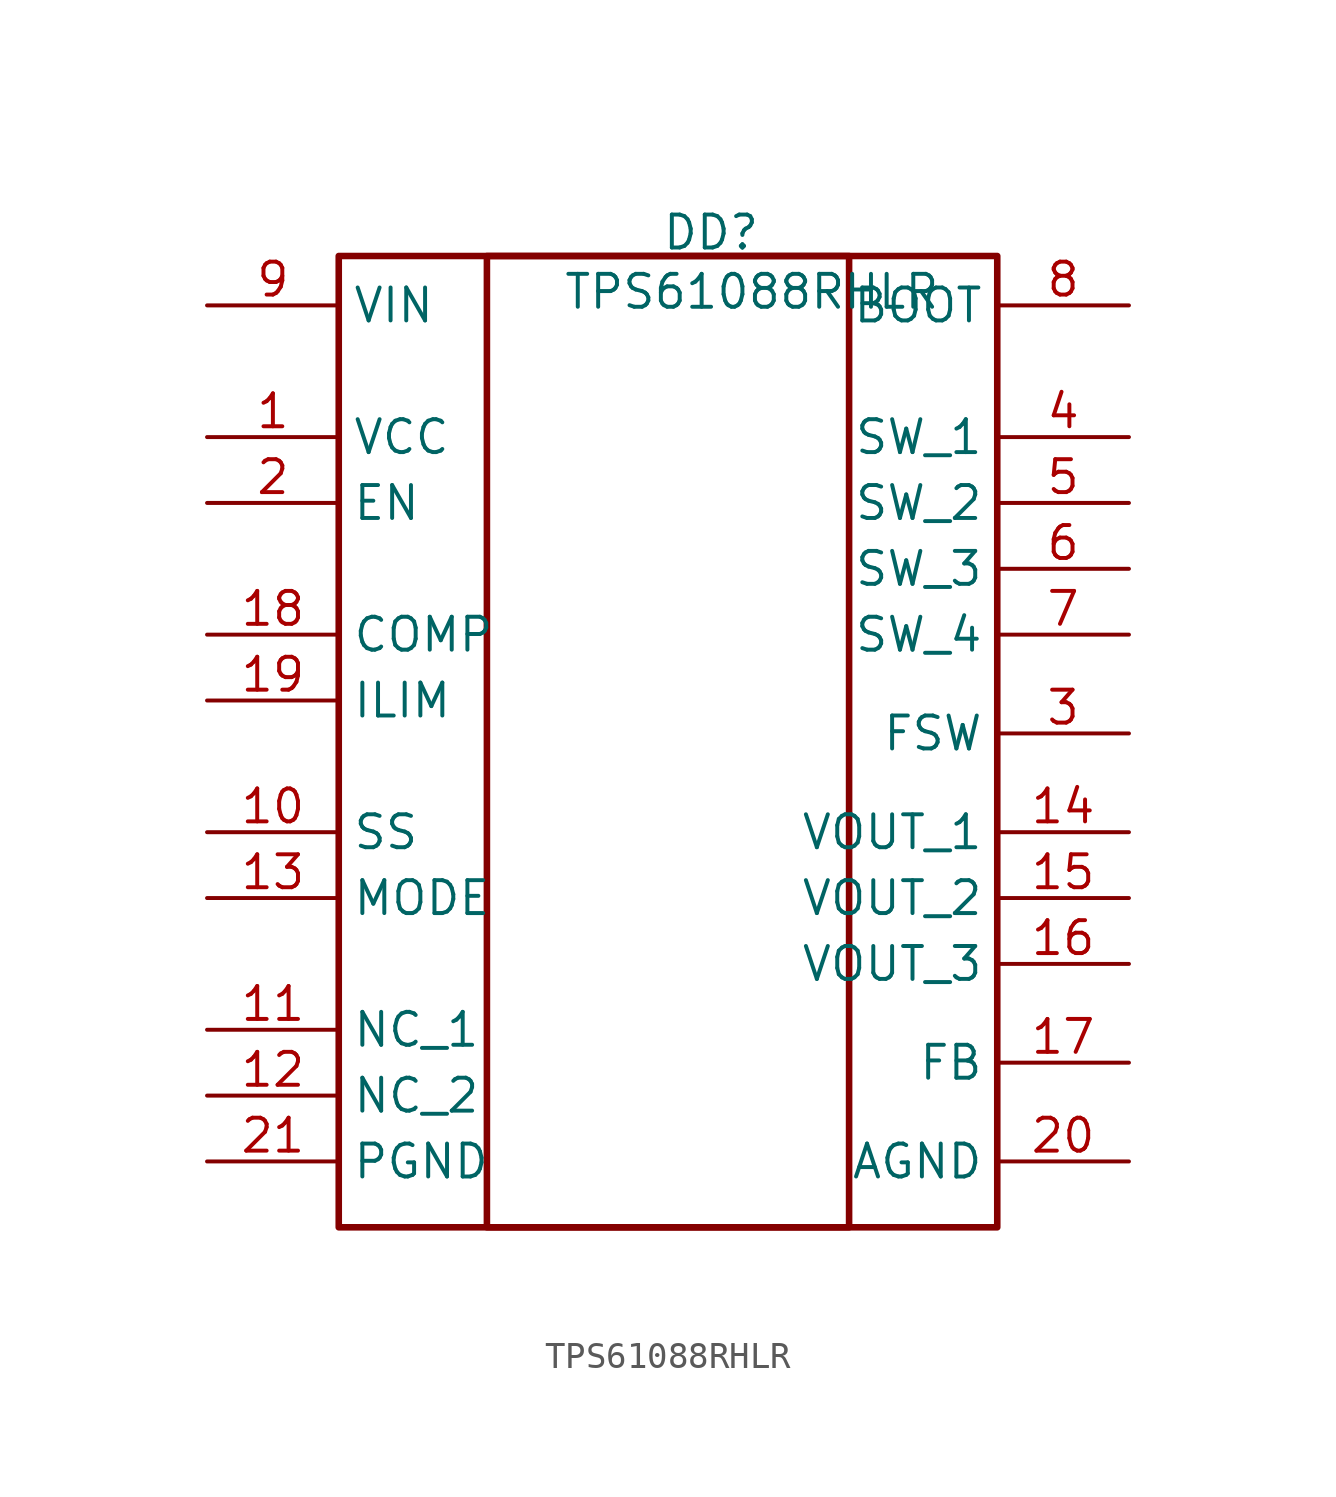
<source format=kicad_sym>
(kicad_symbol_lib
  (version 20241209)
  (generator "kicad_symbol_editor")
  (generator_version "9.0")
  (symbol "TPS61088RHLR"
    (property "Reference" "DD"
      (at 17.526 21.336 0)
      (effects (font (size 1.27 1.27)) (justify left top)))
    (property "Value" "TPS61088RHLR"
      (at 13.716 19.05 0)
      (effects (font (size 1.27 1.27)) (justify left top)))
    (symbol "TPS61088RHLR_1_1"
      (rectangle (start 5.08 19.685) (end 30.48 -17.78) (stroke (width 0.254) (type default)) (fill (type none)))
      (rectangle (start 10.795 19.685) (end 24.765 -17.78) (stroke (width 0.254) (type default)) (fill (type none)))
      (pin passive line (at 0 17.78 0) (length 5.08) (name "VIN" (effects (font (size 1.27 1.27)))) (number "9" (effects (font (size 1.27 1.27)))))
      (pin passive line (at 0 12.7 0) (length 5.08) (name "VCC" (effects (font (size 1.27 1.27)))) (number "1" (effects (font (size 1.27 1.27)))))
      (pin passive line (at 0 10.16 0) (length 5.08) (name "EN" (effects (font (size 1.27 1.27)))) (number "2" (effects (font (size 1.27 1.27)))))
      (pin passive line (at 0 5.08 0) (length 5.08) (name "COMP" (effects (font (size 1.27 1.27)))) (number "18" (effects (font (size 1.27 1.27)))))
      (pin passive line (at 0 2.54 0) (length 5.08) (name "ILIM" (effects (font (size 1.27 1.27)))) (number "19" (effects (font (size 1.27 1.27)))))
      (pin passive line (at 0 -2.54 0) (length 5.08) (name "SS" (effects (font (size 1.27 1.27)))) (number "10" (effects (font (size 1.27 1.27)))))
      (pin passive line (at 0 -5.08 0) (length 5.08) (name "MODE" (effects (font (size 1.27 1.27)))) (number "13" (effects (font (size 1.27 1.27)))))
      (pin passive line (at 0 -10.16 0) (length 5.08) (name "NC_1" (effects (font (size 1.27 1.27)))) (number "11" (effects (font (size 1.27 1.27)))))
      (pin passive line (at 0 -12.7 0) (length 5.08) (name "NC_2" (effects (font (size 1.27 1.27)))) (number "12" (effects (font (size 1.27 1.27)))))
      (pin passive line (at 0 -15.24 0) (length 5.08) (name "PGND" (effects (font (size 1.27 1.27)))) (number "21" (effects (font (size 1.27 1.27)))))
      (pin passive line (at 35.56 17.78 180) (length 5.08) (name "BOOT" (effects (font (size 1.27 1.27)))) (number "8" (effects (font (size 1.27 1.27)))))
      (pin passive line (at 35.56 12.7 180) (length 5.08) (name "SW_1" (effects (font (size 1.27 1.27)))) (number "4" (effects (font (size 1.27 1.27)))))
      (pin passive line (at 35.56 10.16 180) (length 5.08) (name "SW_2" (effects (font (size 1.27 1.27)))) (number "5" (effects (font (size 1.27 1.27)))))
      (pin passive line (at 35.56 7.62 180) (length 5.08) (name "SW_3" (effects (font (size 1.27 1.27)))) (number "6" (effects (font (size 1.27 1.27)))))
      (pin passive line (at 35.56 5.08 180) (length 5.08) (name "SW_4" (effects (font (size 1.27 1.27)))) (number "7" (effects (font (size 1.27 1.27)))))
      (pin passive line (at 35.56 1.27 180) (length 5.08) (name "FSW" (effects (font (size 1.27 1.27)))) (number "3" (effects (font (size 1.27 1.27)))))
      (pin passive line (at 35.56 -2.54 180) (length 5.08) (name "VOUT_1" (effects (font (size 1.27 1.27)))) (number "14" (effects (font (size 1.27 1.27)))))
      (pin passive line (at 35.56 -5.08 180) (length 5.08) (name "VOUT_2" (effects (font (size 1.27 1.27)))) (number "15" (effects (font (size 1.27 1.27)))))
      (pin passive line (at 35.56 -7.62 180) (length 5.08) (name "VOUT_3" (effects (font (size 1.27 1.27)))) (number "16" (effects (font (size 1.27 1.27)))))
      (pin passive line (at 35.56 -11.43 180) (length 5.08) (name "FB" (effects (font (size 1.27 1.27)))) (number "17" (effects (font (size 1.27 1.27)))))
      (pin passive line (at 35.56 -15.24 180) (length 5.08) (name "AGND" (effects (font (size 1.27 1.27)))) (number "20" (effects (font (size 1.27 1.27))))))))
</source>
